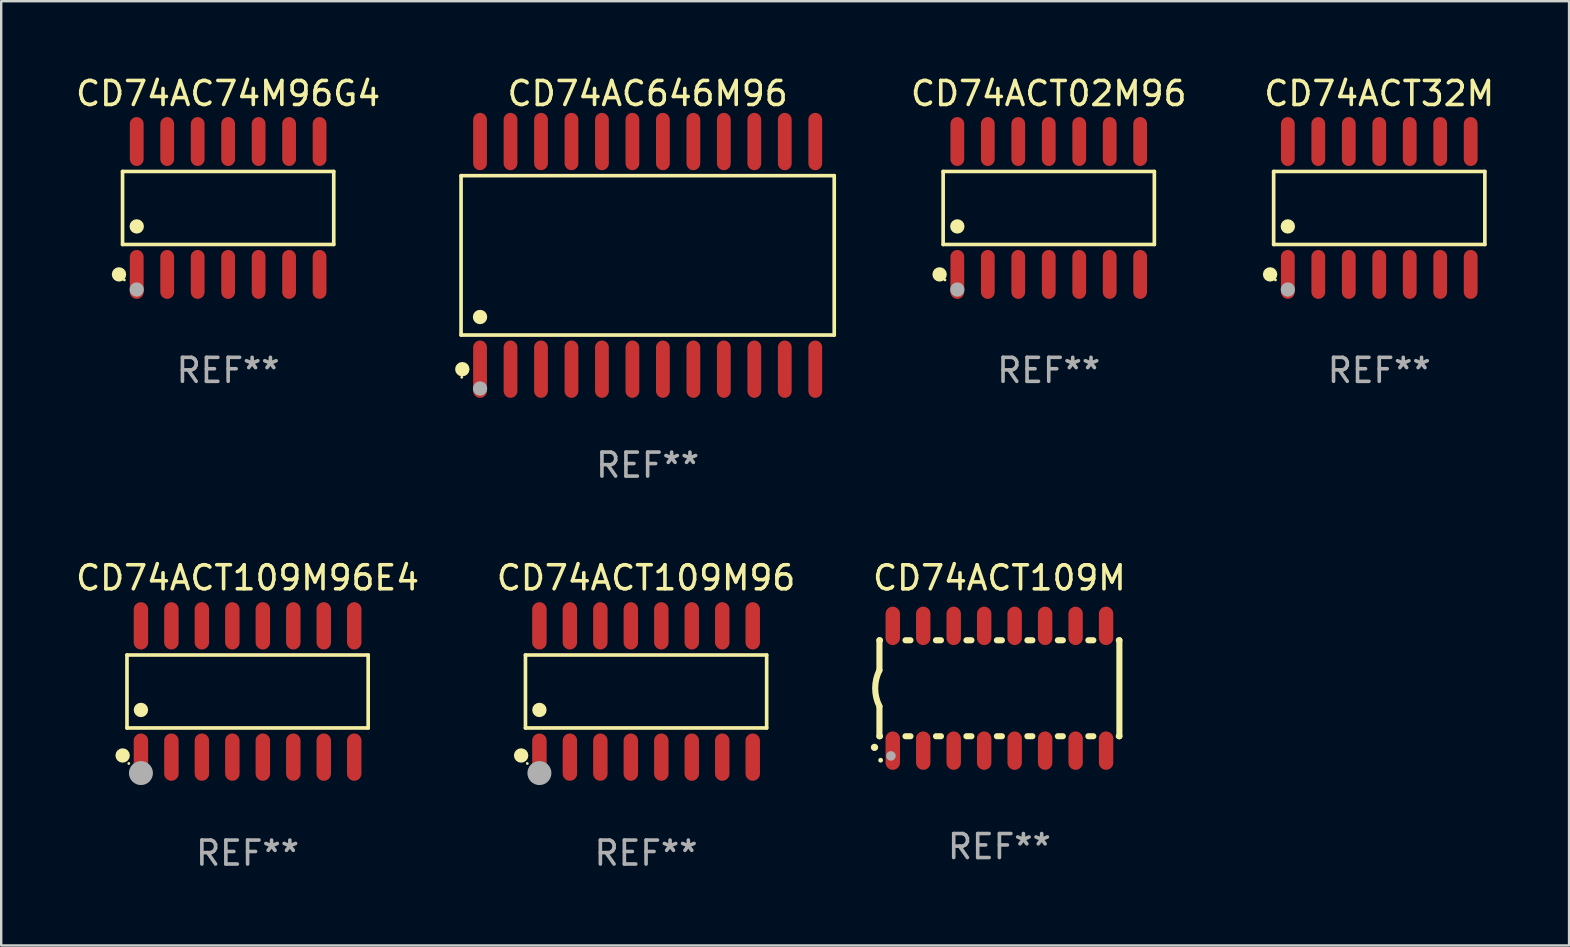
<source format=kicad_pcb>
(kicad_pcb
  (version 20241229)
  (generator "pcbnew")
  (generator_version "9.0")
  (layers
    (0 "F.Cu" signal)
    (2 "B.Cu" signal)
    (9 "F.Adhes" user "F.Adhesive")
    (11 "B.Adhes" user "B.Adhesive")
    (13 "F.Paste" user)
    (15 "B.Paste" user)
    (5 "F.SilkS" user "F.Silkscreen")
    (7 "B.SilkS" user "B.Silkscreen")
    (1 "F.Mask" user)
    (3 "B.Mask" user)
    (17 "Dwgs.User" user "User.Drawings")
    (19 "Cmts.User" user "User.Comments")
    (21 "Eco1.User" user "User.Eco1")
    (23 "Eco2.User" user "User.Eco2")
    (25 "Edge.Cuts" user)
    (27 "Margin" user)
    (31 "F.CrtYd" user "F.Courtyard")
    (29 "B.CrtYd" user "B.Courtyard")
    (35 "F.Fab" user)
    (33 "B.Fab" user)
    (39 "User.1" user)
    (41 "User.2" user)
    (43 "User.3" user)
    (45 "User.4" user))
  (footprint "CD74ACT02M96"
    (layer "F.Cu")
    (at 40.657 5.617)
    (property "Reference" "CD74ACT02M96" (at 0 -4.769 0) (layer "F.SilkS") (effects (font (size 1 1) (thickness 0.15))))
    (attr through_hole)
    (fp_line (start -4.401 -1.521) (end 4.401 -1.521) (stroke (width 0.152) (type solid)) (layer "F.SilkS"))
    (fp_line (start -4.401 1.521) (end -4.401 -1.521) (stroke (width 0.152) (type solid)) (layer "F.SilkS"))
    (fp_line (start 4.401 -1.521) (end 4.401 1.521) (stroke (width 0.152) (type solid)) (layer "F.SilkS"))
    (fp_line (start 4.401 1.521) (end -4.401 1.521) (stroke (width 0.152) (type solid)) (layer "F.SilkS"))
    (fp_circle (center -4.549 2.769) (end -4.399 2.769) (stroke (width 0.3) (type solid)) (fill no) (layer "F.SilkS"))
    (fp_circle (center -4.325 3) (end -4.295 3) (stroke (width 0.06) (type solid)) (fill no) (layer "F.SilkS"))
    (fp_circle (center -3.81 0.769) (end -3.66 0.769) (stroke (width 0.3) (type solid)) (fill no) (layer "F.SilkS"))
    (fp_circle (center -3.81 3.4) (end -3.66 3.4) (stroke (width 0.3) (type solid)) (fill no) (layer "F.Fab"))
    (fp_text user "REF**" (at 0 6.769 0) (layer "F.Fab") (effects (font (size 1 1) (thickness 0.15))))
    (pad "1" smd oval (at -3.81 2.769) (size 0.574 2.038) (layers "F.Cu" "F.Mask" "F.Paste"))
    (pad "2" smd oval (at -2.54 2.769) (size 0.574 2.038) (layers "F.Cu" "F.Mask" "F.Paste"))
    (pad "3" smd oval (at -1.27 2.769) (size 0.574 2.038) (layers "F.Cu" "F.Mask" "F.Paste"))
    (pad "4" smd oval (at 0 2.769) (size 0.574 2.038) (layers "F.Cu" "F.Mask" "F.Paste"))
    (pad "5" smd oval (at 1.27 2.769) (size 0.574 2.038) (layers "F.Cu" "F.Mask" "F.Paste"))
    (pad "6" smd oval (at 2.54 2.769) (size 0.574 2.038) (layers "F.Cu" "F.Mask" "F.Paste"))
    (pad "7" smd oval (at 3.81 2.769) (size 0.574 2.038) (layers "F.Cu" "F.Mask" "F.Paste"))
    (pad "8" smd oval (at 3.81 -2.769) (size 0.574 2.038) (layers "F.Cu" "F.Mask" "F.Paste"))
    (pad "9" smd oval (at 2.54 -2.769) (size 0.574 2.038) (layers "F.Cu" "F.Mask" "F.Paste"))
    (pad "10" smd oval (at 1.27 -2.769) (size 0.574 2.038) (layers "F.Cu" "F.Mask" "F.Paste"))
    (pad "11" smd oval (at 0 -2.769) (size 0.574 2.038) (layers "F.Cu" "F.Mask" "F.Paste"))
    (pad "12" smd oval (at -1.27 -2.769) (size 0.574 2.038) (layers "F.Cu" "F.Mask" "F.Paste"))
    (pad "13" smd oval (at -2.54 -2.769) (size 0.574 2.038) (layers "F.Cu" "F.Mask" "F.Paste"))
    (pad "14" smd oval (at -3.81 -2.769) (size 0.574 2.038) (layers "F.Cu" "F.Mask" "F.Paste")))
  (footprint "CD74AC74M96G4"
    (layer "F.Cu")
    (at 6.458 5.617)
    (property "Reference" "CD74AC74M96G4" (at 0 -4.769 0) (layer "F.SilkS") (effects (font (size 1 1) (thickness 0.15))))
    (attr through_hole)
    (fp_line (start -4.401 -1.521) (end 4.401 -1.521) (stroke (width 0.152) (type solid)) (layer "F.SilkS"))
    (fp_line (start -4.401 1.521) (end -4.401 -1.521) (stroke (width 0.152) (type solid)) (layer "F.SilkS"))
    (fp_line (start 4.401 -1.521) (end 4.401 1.521) (stroke (width 0.152) (type solid)) (layer "F.SilkS"))
    (fp_line (start 4.401 1.521) (end -4.401 1.521) (stroke (width 0.152) (type solid)) (layer "F.SilkS"))
    (fp_circle (center -4.549 2.769) (end -4.399 2.769) (stroke (width 0.3) (type solid)) (fill no) (layer "F.SilkS"))
    (fp_circle (center -4.325 3) (end -4.295 3) (stroke (width 0.06) (type solid)) (fill no) (layer "F.SilkS"))
    (fp_circle (center -3.81 0.769) (end -3.66 0.769) (stroke (width 0.3) (type solid)) (fill no) (layer "F.SilkS"))
    (fp_circle (center -3.81 3.4) (end -3.66 3.4) (stroke (width 0.3) (type solid)) (fill no) (layer "F.Fab"))
    (fp_text user "REF**" (at 0 6.769 0) (layer "F.Fab") (effects (font (size 1 1) (thickness 0.15))))
    (pad "1" smd oval (at -3.81 2.769) (size 0.574 2.038) (layers "F.Cu" "F.Mask" "F.Paste"))
    (pad "2" smd oval (at -2.54 2.769) (size 0.574 2.038) (layers "F.Cu" "F.Mask" "F.Paste"))
    (pad "3" smd oval (at -1.27 2.769) (size 0.574 2.038) (layers "F.Cu" "F.Mask" "F.Paste"))
    (pad "4" smd oval (at 0 2.769) (size 0.574 2.038) (layers "F.Cu" "F.Mask" "F.Paste"))
    (pad "5" smd oval (at 1.27 2.769) (size 0.574 2.038) (layers "F.Cu" "F.Mask" "F.Paste"))
    (pad "6" smd oval (at 2.54 2.769) (size 0.574 2.038) (layers "F.Cu" "F.Mask" "F.Paste"))
    (pad "7" smd oval (at 3.81 2.769) (size 0.574 2.038) (layers "F.Cu" "F.Mask" "F.Paste"))
    (pad "8" smd oval (at 3.81 -2.769) (size 0.574 2.038) (layers "F.Cu" "F.Mask" "F.Paste"))
    (pad "9" smd oval (at 2.54 -2.769) (size 0.574 2.038) (layers "F.Cu" "F.Mask" "F.Paste"))
    (pad "10" smd oval (at 1.27 -2.769) (size 0.574 2.038) (layers "F.Cu" "F.Mask" "F.Paste"))
    (pad "11" smd oval (at 0 -2.769) (size 0.574 2.038) (layers "F.Cu" "F.Mask" "F.Paste"))
    (pad "12" smd oval (at -1.27 -2.769) (size 0.574 2.038) (layers "F.Cu" "F.Mask" "F.Paste"))
    (pad "13" smd oval (at -2.54 -2.769) (size 0.574 2.038) (layers "F.Cu" "F.Mask" "F.Paste"))
    (pad "14" smd oval (at -3.81 -2.769) (size 0.574 2.038) (layers "F.Cu" "F.Mask" "F.Paste")))
  (footprint "CD74ACT109M96"
    (layer "F.Cu")
    (at 23.875 25.768)
    (property "Reference" "CD74ACT109M96" (at 0 -4.736 0) (layer "F.SilkS") (effects (font (size 1 1) (thickness 0.15))))
    (attr through_hole)
    (fp_line (start -5.026 -1.521) (end 5.026 -1.521) (stroke (width 0.152) (type solid)) (layer "F.SilkS"))
    (fp_line (start -5.026 1.521) (end -5.026 -1.521) (stroke (width 0.152) (type solid)) (layer "F.SilkS"))
    (fp_line (start 5.026 -1.521) (end 5.026 1.521) (stroke (width 0.152) (type solid)) (layer "F.SilkS"))
    (fp_line (start 5.026 1.521) (end -5.026 1.521) (stroke (width 0.152) (type solid)) (layer "F.SilkS"))
    (fp_circle (center -5.207 2.667) (end -5.057 2.667) (stroke (width 0.3) (type solid)) (fill no) (layer "F.SilkS"))
    (fp_circle (center -4.95 3) (end -4.92 3) (stroke (width 0.06) (type solid)) (fill no) (layer "F.SilkS"))
    (fp_circle (center -4.445 0.769) (end -4.295 0.769) (stroke (width 0.3) (type solid)) (fill no) (layer "F.SilkS"))
    (fp_circle (center -4.445 3.4) (end -4.195 3.4) (stroke (width 0.5) (type solid)) (fill no) (layer "F.Fab"))
    (fp_text user "REF**" (at 0 6.736 0) (layer "F.Fab") (effects (font (size 1 1) (thickness 0.15))))
    (pad "1" smd oval (at -4.445 2.736) (size 0.602 1.971) (layers "F.Cu" "F.Mask" "F.Paste"))
    (pad "2" smd oval (at -3.175 2.736) (size 0.602 1.971) (layers "F.Cu" "F.Mask" "F.Paste"))
    (pad "3" smd oval (at -1.905 2.736) (size 0.602 1.971) (layers "F.Cu" "F.Mask" "F.Paste"))
    (pad "4" smd oval (at -0.635 2.736) (size 0.602 1.971) (layers "F.Cu" "F.Mask" "F.Paste"))
    (pad "5" smd oval (at 0.635 2.736) (size 0.602 1.971) (layers "F.Cu" "F.Mask" "F.Paste"))
    (pad "6" smd oval (at 1.905 2.736) (size 0.602 1.971) (layers "F.Cu" "F.Mask" "F.Paste"))
    (pad "7" smd oval (at 3.175 2.736) (size 0.602 1.971) (layers "F.Cu" "F.Mask" "F.Paste"))
    (pad "8" smd oval (at 4.445 2.736) (size 0.602 1.971) (layers "F.Cu" "F.Mask" "F.Paste"))
    (pad "9" smd oval (at 4.445 -2.736) (size 0.602 1.971) (layers "F.Cu" "F.Mask" "F.Paste"))
    (pad "10" smd oval (at 3.175 -2.736) (size 0.602 1.971) (layers "F.Cu" "F.Mask" "F.Paste"))
    (pad "11" smd oval (at 1.905 -2.736) (size 0.602 1.971) (layers "F.Cu" "F.Mask" "F.Paste"))
    (pad "12" smd oval (at 0.635 -2.736) (size 0.602 1.971) (layers "F.Cu" "F.Mask" "F.Paste"))
    (pad "13" smd oval (at -0.635 -2.736) (size 0.602 1.971) (layers "F.Cu" "F.Mask" "F.Paste"))
    (pad "14" smd oval (at -1.905 -2.736) (size 0.602 1.971) (layers "F.Cu" "F.Mask" "F.Paste"))
    (pad "15" smd oval (at -3.175 -2.736) (size 0.602 1.971) (layers "F.Cu" "F.Mask" "F.Paste"))
    (pad "16" smd oval (at -4.445 -2.736) (size 0.602 1.971) (layers "F.Cu" "F.Mask" "F.Paste")))
  (footprint "CD74ACT109M96E4"
    (layer "F.Cu")
    (at 7.268 25.768)
    (property "Reference" "CD74ACT109M96E4" (at 0 -4.736 0) (layer "F.SilkS") (effects (font (size 1 1) (thickness 0.15))))
    (attr through_hole)
    (fp_line (start -5.026 -1.521) (end 5.026 -1.521) (stroke (width 0.152) (type solid)) (layer "F.SilkS"))
    (fp_line (start -5.026 1.521) (end -5.026 -1.521) (stroke (width 0.152) (type solid)) (layer "F.SilkS"))
    (fp_line (start 5.026 -1.521) (end 5.026 1.521) (stroke (width 0.152) (type solid)) (layer "F.SilkS"))
    (fp_line (start 5.026 1.521) (end -5.026 1.521) (stroke (width 0.152) (type solid)) (layer "F.SilkS"))
    (fp_circle (center -5.207 2.667) (end -5.057 2.667) (stroke (width 0.3) (type solid)) (fill no) (layer "F.SilkS"))
    (fp_circle (center -4.95 3) (end -4.92 3) (stroke (width 0.06) (type solid)) (fill no) (layer "F.SilkS"))
    (fp_circle (center -4.445 0.769) (end -4.295 0.769) (stroke (width 0.3) (type solid)) (fill no) (layer "F.SilkS"))
    (fp_circle (center -4.445 3.4) (end -4.195 3.4) (stroke (width 0.5) (type solid)) (fill no) (layer "F.Fab"))
    (fp_text user "REF**" (at 0 6.736 0) (layer "F.Fab") (effects (font (size 1 1) (thickness 0.15))))
    (pad "1" smd oval (at -4.445 2.736) (size 0.602 1.971) (layers "F.Cu" "F.Mask" "F.Paste"))
    (pad "2" smd oval (at -3.175 2.736) (size 0.602 1.971) (layers "F.Cu" "F.Mask" "F.Paste"))
    (pad "3" smd oval (at -1.905 2.736) (size 0.602 1.971) (layers "F.Cu" "F.Mask" "F.Paste"))
    (pad "4" smd oval (at -0.635 2.736) (size 0.602 1.971) (layers "F.Cu" "F.Mask" "F.Paste"))
    (pad "5" smd oval (at 0.635 2.736) (size 0.602 1.971) (layers "F.Cu" "F.Mask" "F.Paste"))
    (pad "6" smd oval (at 1.905 2.736) (size 0.602 1.971) (layers "F.Cu" "F.Mask" "F.Paste"))
    (pad "7" smd oval (at 3.175 2.736) (size 0.602 1.971) (layers "F.Cu" "F.Mask" "F.Paste"))
    (pad "8" smd oval (at 4.445 2.736) (size 0.602 1.971) (layers "F.Cu" "F.Mask" "F.Paste"))
    (pad "9" smd oval (at 4.445 -2.736) (size 0.602 1.971) (layers "F.Cu" "F.Mask" "F.Paste"))
    (pad "10" smd oval (at 3.175 -2.736) (size 0.602 1.971) (layers "F.Cu" "F.Mask" "F.Paste"))
    (pad "11" smd oval (at 1.905 -2.736) (size 0.602 1.971) (layers "F.Cu" "F.Mask" "F.Paste"))
    (pad "12" smd oval (at 0.635 -2.736) (size 0.602 1.971) (layers "F.Cu" "F.Mask" "F.Paste"))
    (pad "13" smd oval (at -0.635 -2.736) (size 0.602 1.971) (layers "F.Cu" "F.Mask" "F.Paste"))
    (pad "14" smd oval (at -1.905 -2.736) (size 0.602 1.971) (layers "F.Cu" "F.Mask" "F.Paste"))
    (pad "15" smd oval (at -3.175 -2.736) (size 0.602 1.971) (layers "F.Cu" "F.Mask" "F.Paste"))
    (pad "16" smd oval (at -4.445 -2.736) (size 0.602 1.971) (layers "F.Cu" "F.Mask" "F.Paste")))
  (footprint "CD74AC646M96"
    (layer "F.Cu")
    (at 23.941 7.592)
    (property "Reference" "CD74AC646M96" (at 0 -6.744 0) (layer "F.SilkS") (effects (font (size 1 1) (thickness 0.15))))
    (attr through_hole)
    (fp_line (start -7.776 -3.321) (end 7.776 -3.321) (stroke (width 0.152) (type solid)) (layer "F.SilkS"))
    (fp_line (start -7.776 3.321) (end -7.776 -3.321) (stroke (width 0.152) (type solid)) (layer "F.SilkS"))
    (fp_line (start 7.776 -3.321) (end 7.776 3.321) (stroke (width 0.152) (type solid)) (layer "F.SilkS"))
    (fp_line (start 7.776 3.321) (end -7.776 3.321) (stroke (width 0.152) (type solid)) (layer "F.SilkS"))
    (fp_circle (center -7.747 5.08) (end -7.717 5.08) (stroke (width 0.06) (type solid)) (fill no) (layer "F.SilkS"))
    (fp_circle (center -7.724 4.744) (end -7.574 4.744) (stroke (width 0.3) (type solid)) (fill no) (layer "F.SilkS"))
    (fp_circle (center -6.985 2.569) (end -6.835 2.569) (stroke (width 0.3) (type solid)) (fill no) (layer "F.SilkS"))
    (fp_circle (center -6.985 5.55) (end -6.835 5.55) (stroke (width 0.3) (type solid)) (fill no) (layer "F.Fab"))
    (fp_text user "REF**" (at 0 8.744 0) (layer "F.Fab") (effects (font (size 1 1) (thickness 0.15))))
    (pad "1" smd oval (at -6.985 4.744) (size 0.574 2.388) (layers "F.Cu" "F.Mask" "F.Paste"))
    (pad "2" smd oval (at -5.715 4.744) (size 0.574 2.388) (layers "F.Cu" "F.Mask" "F.Paste"))
    (pad "3" smd oval (at -4.445 4.744) (size 0.574 2.388) (layers "F.Cu" "F.Mask" "F.Paste"))
    (pad "4" smd oval (at -3.175 4.744) (size 0.574 2.388) (layers "F.Cu" "F.Mask" "F.Paste"))
    (pad "5" smd oval (at -1.905 4.744) (size 0.574 2.388) (layers "F.Cu" "F.Mask" "F.Paste"))
    (pad "6" smd oval (at -0.635 4.744) (size 0.574 2.388) (layers "F.Cu" "F.Mask" "F.Paste"))
    (pad "7" smd oval (at 0.635 4.744) (size 0.574 2.388) (layers "F.Cu" "F.Mask" "F.Paste"))
    (pad "8" smd oval (at 1.905 4.744) (size 0.574 2.388) (layers "F.Cu" "F.Mask" "F.Paste"))
    (pad "9" smd oval (at 3.175 4.744) (size 0.574 2.388) (layers "F.Cu" "F.Mask" "F.Paste"))
    (pad "10" smd oval (at 4.445 4.744) (size 0.574 2.388) (layers "F.Cu" "F.Mask" "F.Paste"))
    (pad "11" smd oval (at 5.715 4.744) (size 0.574 2.388) (layers "F.Cu" "F.Mask" "F.Paste"))
    (pad "12" smd oval (at 6.985 4.744) (size 0.574 2.388) (layers "F.Cu" "F.Mask" "F.Paste"))
    (pad "13" smd oval (at 6.985 -4.744) (size 0.574 2.388) (layers "F.Cu" "F.Mask" "F.Paste"))
    (pad "14" smd oval (at 5.715 -4.744) (size 0.574 2.388) (layers "F.Cu" "F.Mask" "F.Paste"))
    (pad "15" smd oval (at 4.445 -4.744) (size 0.574 2.388) (layers "F.Cu" "F.Mask" "F.Paste"))
    (pad "16" smd oval (at 3.175 -4.744) (size 0.574 2.388) (layers "F.Cu" "F.Mask" "F.Paste"))
    (pad "17" smd oval (at 1.905 -4.744) (size 0.574 2.388) (layers "F.Cu" "F.Mask" "F.Paste"))
    (pad "18" smd oval (at 0.635 -4.744) (size 0.574 2.388) (layers "F.Cu" "F.Mask" "F.Paste"))
    (pad "19" smd oval (at -0.635 -4.744) (size 0.574 2.388) (layers "F.Cu" "F.Mask" "F.Paste"))
    (pad "20" smd oval (at -1.905 -4.744) (size 0.574 2.388) (layers "F.Cu" "F.Mask" "F.Paste"))
    (pad "21" smd oval (at -3.175 -4.744) (size 0.574 2.388) (layers "F.Cu" "F.Mask" "F.Paste"))
    (pad "22" smd oval (at -4.445 -4.744) (size 0.574 2.388) (layers "F.Cu" "F.Mask" "F.Paste"))
    (pad "23" smd oval (at -5.715 -4.744) (size 0.574 2.388) (layers "F.Cu" "F.Mask" "F.Paste"))
    (pad "24" smd oval (at -6.985 -4.744) (size 0.574 2.388) (layers "F.Cu" "F.Mask" "F.Paste")))
  (footprint "CD74ACT32M"
    (layer "F.Cu")
    (at 54.431 5.617)
    (property "Reference" "CD74ACT32M" (at 0 -4.769 0) (layer "F.SilkS") (effects (font (size 1 1) (thickness 0.15))))
    (attr through_hole)
    (fp_line (start -4.401 -1.521) (end 4.401 -1.521) (stroke (width 0.152) (type solid)) (layer "F.SilkS"))
    (fp_line (start -4.401 1.521) (end -4.401 -1.521) (stroke (width 0.152) (type solid)) (layer "F.SilkS"))
    (fp_line (start 4.401 -1.521) (end 4.401 1.521) (stroke (width 0.152) (type solid)) (layer "F.SilkS"))
    (fp_line (start 4.401 1.521) (end -4.401 1.521) (stroke (width 0.152) (type solid)) (layer "F.SilkS"))
    (fp_circle (center -4.549 2.769) (end -4.399 2.769) (stroke (width 0.3) (type solid)) (fill no) (layer "F.SilkS"))
    (fp_circle (center -4.325 3) (end -4.295 3) (stroke (width 0.06) (type solid)) (fill no) (layer "F.SilkS"))
    (fp_circle (center -3.81 0.769) (end -3.66 0.769) (stroke (width 0.3) (type solid)) (fill no) (layer "F.SilkS"))
    (fp_circle (center -3.81 3.4) (end -3.66 3.4) (stroke (width 0.3) (type solid)) (fill no) (layer "F.Fab"))
    (fp_text user "REF**" (at 0 6.769 0) (layer "F.Fab") (effects (font (size 1 1) (thickness 0.15))))
    (pad "1" smd oval (at -3.81 2.769) (size 0.574 2.038) (layers "F.Cu" "F.Mask" "F.Paste"))
    (pad "2" smd oval (at -2.54 2.769) (size 0.574 2.038) (layers "F.Cu" "F.Mask" "F.Paste"))
    (pad "3" smd oval (at -1.27 2.769) (size 0.574 2.038) (layers "F.Cu" "F.Mask" "F.Paste"))
    (pad "4" smd oval (at 0 2.769) (size 0.574 2.038) (layers "F.Cu" "F.Mask" "F.Paste"))
    (pad "5" smd oval (at 1.27 2.769) (size 0.574 2.038) (layers "F.Cu" "F.Mask" "F.Paste"))
    (pad "6" smd oval (at 2.54 2.769) (size 0.574 2.038) (layers "F.Cu" "F.Mask" "F.Paste"))
    (pad "7" smd oval (at 3.81 2.769) (size 0.574 2.038) (layers "F.Cu" "F.Mask" "F.Paste"))
    (pad "8" smd oval (at 3.81 -2.769) (size 0.574 2.038) (layers "F.Cu" "F.Mask" "F.Paste"))
    (pad "9" smd oval (at 2.54 -2.769) (size 0.574 2.038) (layers "F.Cu" "F.Mask" "F.Paste"))
    (pad "10" smd oval (at 1.27 -2.769) (size 0.574 2.038) (layers "F.Cu" "F.Mask" "F.Paste"))
    (pad "11" smd oval (at 0 -2.769) (size 0.574 2.038) (layers "F.Cu" "F.Mask" "F.Paste"))
    (pad "12" smd oval (at -1.27 -2.769) (size 0.574 2.038) (layers "F.Cu" "F.Mask" "F.Paste"))
    (pad "13" smd oval (at -2.54 -2.769) (size 0.574 2.038) (layers "F.Cu" "F.Mask" "F.Paste"))
    (pad "14" smd oval (at -3.81 -2.769) (size 0.574 2.038) (layers "F.Cu" "F.Mask" "F.Paste")))
  (footprint "CD74ACT109M"
    (layer "F.Cu")
    (at 38.601 25.633)
    (property "Reference" "CD74ACT109M" (at 0 -4.6 0) (layer "F.SilkS") (effects (font (size 1 1) (thickness 0.15))))
    (attr through_hole)
    (fp_line (start -5 -2) (end -5 -0.75) (stroke (width 0.254) (type solid)) (layer "F.SilkS"))
    (fp_line (start -5 -2) (end -4.976 -2) (stroke (width 0.254) (type solid)) (layer "F.SilkS"))
    (fp_line (start -5 2) (end -5 0.75) (stroke (width 0.254) (type solid)) (layer "F.SilkS"))
    (fp_line (start -5 2) (end -4.976 2) (stroke (width 0.254) (type solid)) (layer "F.SilkS"))
    (fp_line (start -3.914 -2) (end -3.706 -2) (stroke (width 0.254) (type solid)) (layer "F.SilkS"))
    (fp_line (start -3.914 2) (end -3.706 2) (stroke (width 0.254) (type solid)) (layer "F.SilkS"))
    (fp_line (start -2.644 -2) (end -2.436 -2) (stroke (width 0.254) (type solid)) (layer "F.SilkS"))
    (fp_line (start -2.644 2) (end -2.436 2) (stroke (width 0.254) (type solid)) (layer "F.SilkS"))
    (fp_line (start -1.374 -2) (end -1.166 -2) (stroke (width 0.254) (type solid)) (layer "F.SilkS"))
    (fp_line (start -1.374 2) (end -1.166 2) (stroke (width 0.254) (type solid)) (layer "F.SilkS"))
    (fp_line (start -0.104 -2) (end 0.104 -2) (stroke (width 0.254) (type solid)) (layer "F.SilkS"))
    (fp_line (start -0.104 2) (end 0.104 2) (stroke (width 0.254) (type solid)) (layer "F.SilkS"))
    (fp_line (start 1.166 -2) (end 1.374 -2) (stroke (width 0.254) (type solid)) (layer "F.SilkS"))
    (fp_line (start 1.166 2) (end 1.374 2) (stroke (width 0.254) (type solid)) (layer "F.SilkS"))
    (fp_line (start 2.436 -2) (end 2.644 -2) (stroke (width 0.254) (type solid)) (layer "F.SilkS"))
    (fp_line (start 2.436 2) (end 2.644 2) (stroke (width 0.254) (type solid)) (layer "F.SilkS"))
    (fp_line (start 3.706 -2) (end 3.914 -2) (stroke (width 0.254) (type solid)) (layer "F.SilkS"))
    (fp_line (start 3.706 2) (end 3.914 2) (stroke (width 0.254) (type solid)) (layer "F.SilkS"))
    (fp_line (start 4.976 -2) (end 5 -2) (stroke (width 0.254) (type solid)) (layer "F.SilkS"))
    (fp_line (start 4.976 2) (end 5 2) (stroke (width 0.254) (type solid)) (layer "F.SilkS"))
    (fp_line (start 5 2) (end 5 -2) (stroke (width 0.254) (type solid)) (layer "F.SilkS"))
    (fp_arc (start -5.20701 2.46383) (mid -5.20574 2.463825) (end -5.20447 2.46383) (stroke (width 0.3) (type solid)) (layer "F.SilkS"))
    (fp_arc (start -5 0.751207) (mid -5.177192 0.00061) (end -5 -0.749987) (stroke (width 0.254001) (type solid)) (layer "F.SilkS"))
    (fp_circle (center -4.95 3) (end -4.9 3) (stroke (width 0.1) (type solid)) (fill no) (layer "F.SilkS"))
    (fp_circle (center -4.521 2.819) (end -4.421 2.819) (stroke (width 0.2) (type solid)) (fill no) (layer "F.Fab"))
    (fp_text user "REF**" (at 0 6.6 0) (layer "F.Fab") (effects (font (size 1 1) (thickness 0.15))))
    (pad "1" smd oval (at -4.445 2.6 180) (size 0.6 1.6) (layers "F.Cu" "F.Mask" "F.Paste"))
    (pad "2" smd oval (at -3.175 2.6 180) (size 0.6 1.6) (layers "F.Cu" "F.Mask" "F.Paste"))
    (pad "3" smd oval (at -1.905 2.6 180) (size 0.6 1.6) (layers "F.Cu" "F.Mask" "F.Paste"))
    (pad "4" smd oval (at -0.635 2.6 180) (size 0.6 1.6) (layers "F.Cu" "F.Mask" "F.Paste"))
    (pad "5" smd oval (at 0.635 2.6 180) (size 0.6 1.6) (layers "F.Cu" "F.Mask" "F.Paste"))
    (pad "6" smd oval (at 1.905 2.6 180) (size 0.6 1.6) (layers "F.Cu" "F.Mask" "F.Paste"))
    (pad "7" smd oval (at 3.175 2.6 180) (size 0.6 1.6) (layers "F.Cu" "F.Mask" "F.Paste"))
    (pad "8" smd oval (at 4.445 2.6 180) (size 0.6 1.6) (layers "F.Cu" "F.Mask" "F.Paste"))
    (pad "9" smd oval (at 4.445 -2.6 180) (size 0.6 1.6) (layers "F.Cu" "F.Mask" "F.Paste"))
    (pad "10" smd oval (at 3.175 -2.6 180) (size 0.6 1.6) (layers "F.Cu" "F.Mask" "F.Paste"))
    (pad "11" smd oval (at 1.905 -2.6 180) (size 0.6 1.6) (layers "F.Cu" "F.Mask" "F.Paste"))
    (pad "12" smd oval (at 0.635 -2.6 180) (size 0.6 1.6) (layers "F.Cu" "F.Mask" "F.Paste"))
    (pad "13" smd oval (at -0.635 -2.6 180) (size 0.6 1.6) (layers "F.Cu" "F.Mask" "F.Paste"))
    (pad "14" smd oval (at -1.905 -2.6 180) (size 0.6 1.6) (layers "F.Cu" "F.Mask" "F.Paste"))
    (pad "15" smd oval (at -3.175 -2.6 180) (size 0.6 1.6) (layers "F.Cu" "F.Mask" "F.Paste"))
    (pad "16" smd oval (at -4.445 -2.6 180) (size 0.6 1.6) (layers "F.Cu" "F.Mask" "F.Paste")))
  (gr_rect
    (start -3 -3)
    (end 62.341 36.352)
    (stroke (width 0.1) (type default))
    (fill no)
    (layer "Edge.Cuts")))
</source>
